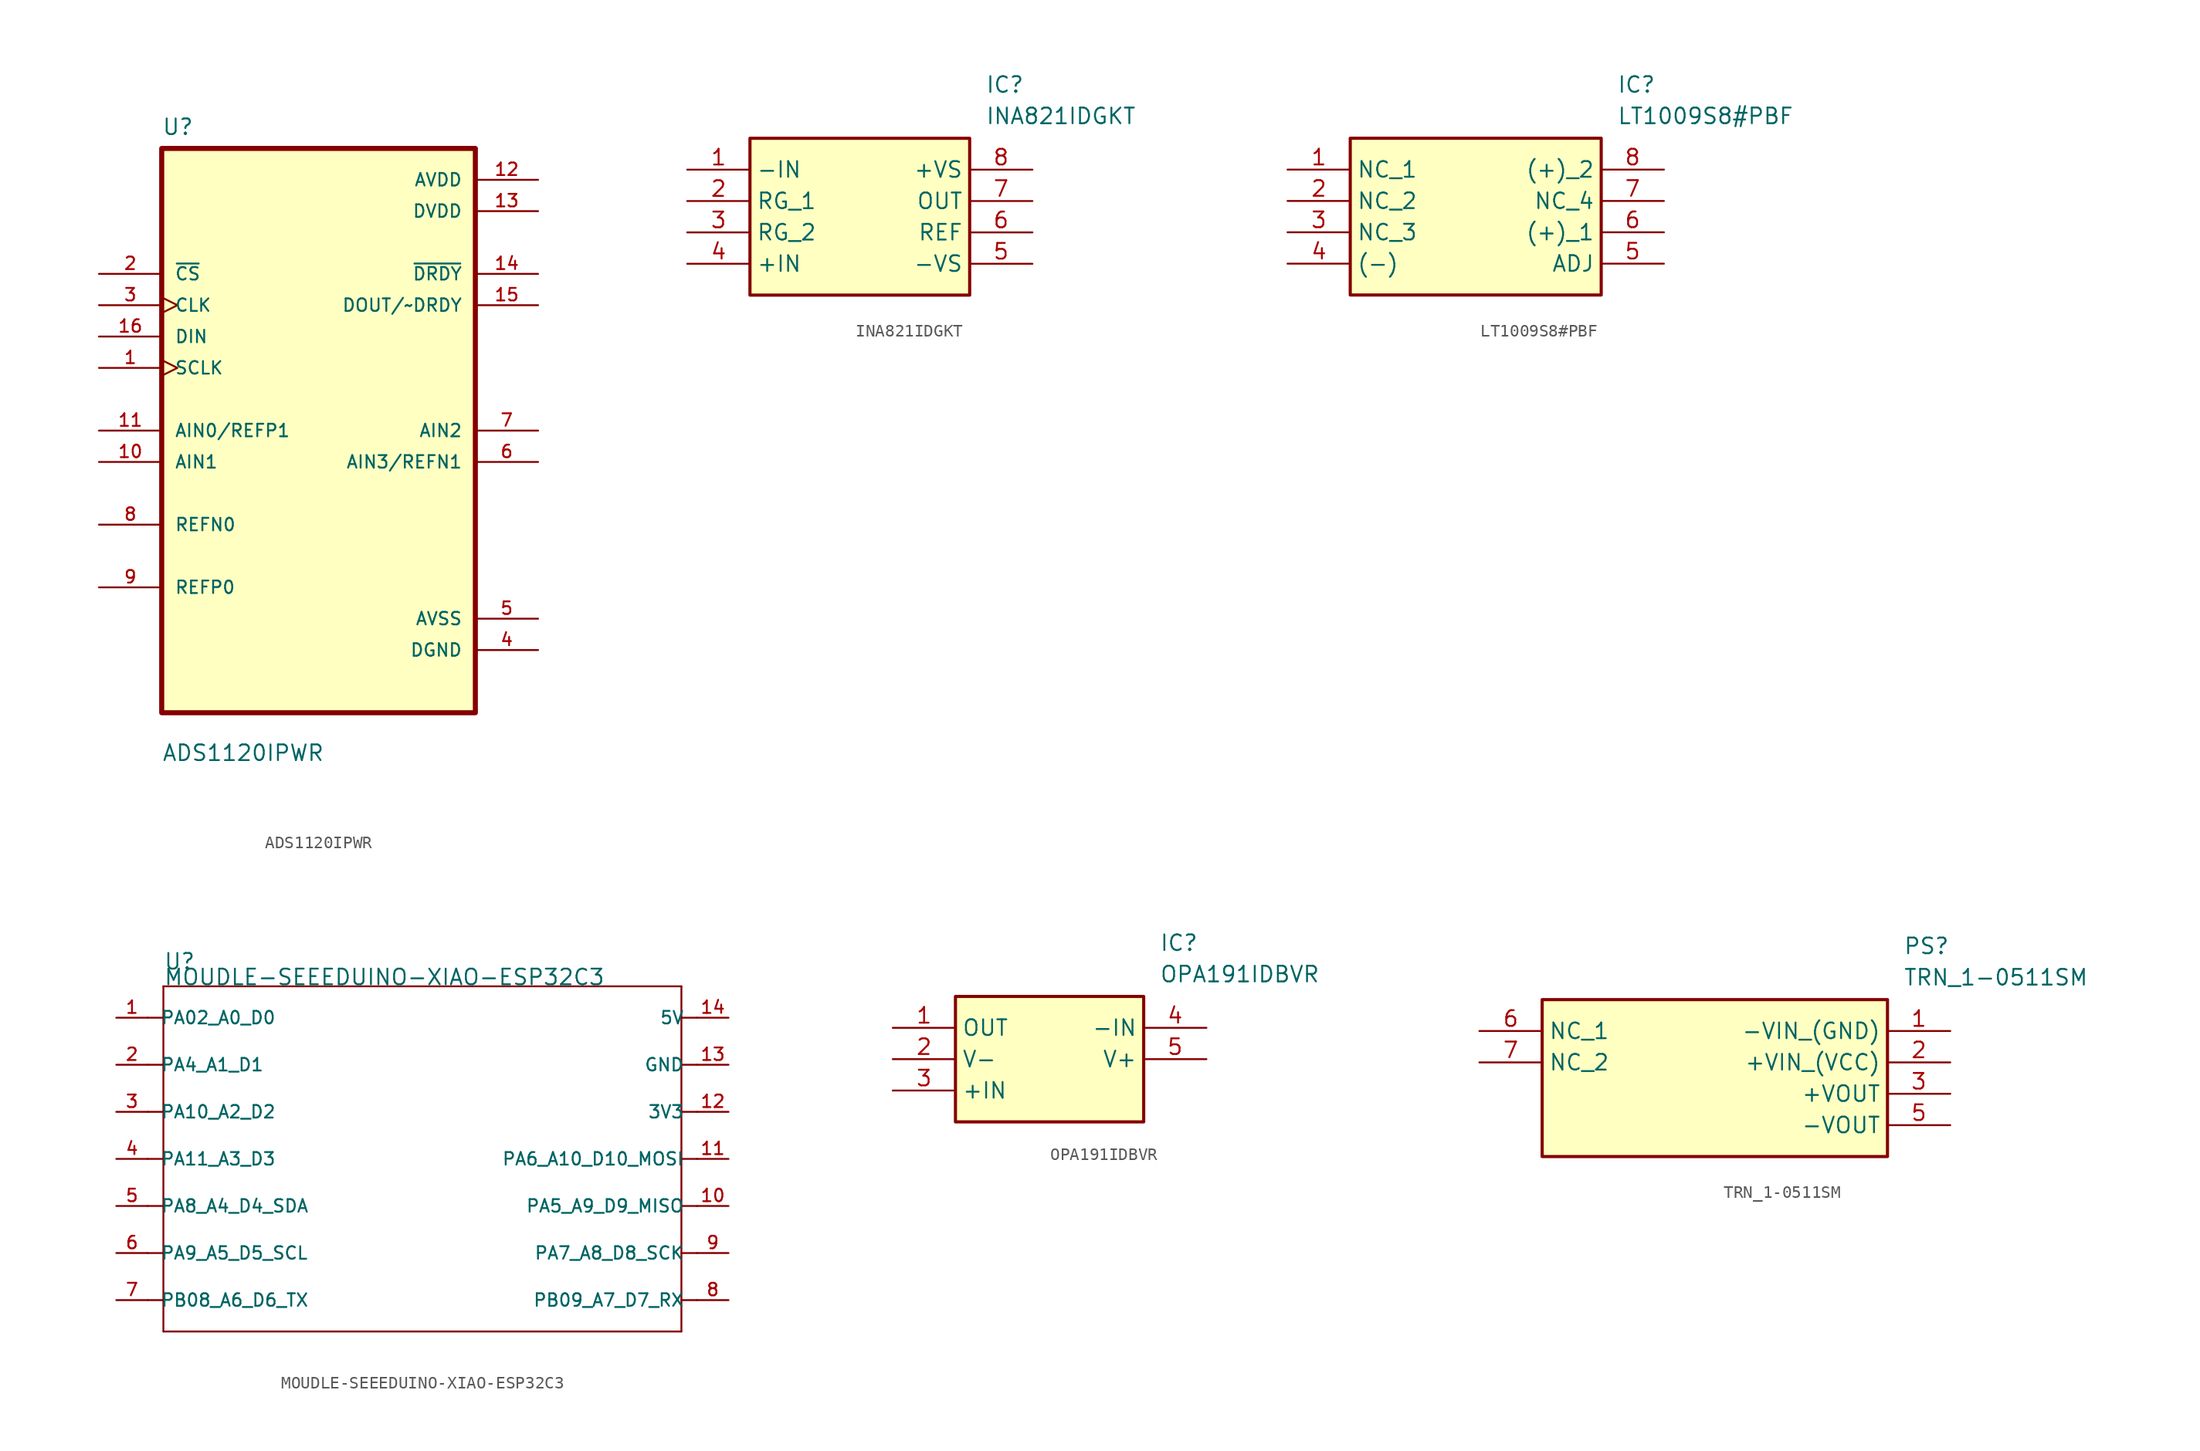
<source format=kicad_sym>
(kicad_symbol_lib
  (version 20220914)
  (generator kicad_symbol_editor)
  (symbol "ADS1120IPWR"
    (pin_names
      (offset 1.016))
    (property "Reference" "U"
      (at -12.7 23.86 0)
      (effects (font (size 1.27 1.27)) (justify left bottom)))
    (property "Value" "ADS1120IPWR"
      (at -12.7 -26.86 0)
      (effects (font (size 1.27 1.27)) (justify left bottom)))
    (symbol "ADS1120IPWR_0_0"
      (rectangle (start -12.7 -22.86) (end 12.7 22.86) (stroke (width 0.41) (type default)) (fill (type background)))
      (pin input clock (at -17.78 5.08 0) (length 5.08) (name "SCLK" (effects (font (size 1.016 1.016)))) (number "1" (effects (font (size 1.016 1.016)))))
      (pin bidirectional line (at -17.78 -2.54 0) (length 5.08) (name "AIN1" (effects (font (size 1.016 1.016)))) (number "10" (effects (font (size 1.016 1.016)))))
      (pin bidirectional line (at -17.78 0 0) (length 5.08) (name "AIN0/REFP1" (effects (font (size 1.016 1.016)))) (number "11" (effects (font (size 1.016 1.016)))))
      (pin power_in line (at 17.78 20.32 180) (length 5.08) (name "AVDD" (effects (font (size 1.016 1.016)))) (number "12" (effects (font (size 1.016 1.016)))))
      (pin power_in line (at 17.78 17.78 180) (length 5.08) (name "DVDD" (effects (font (size 1.016 1.016)))) (number "13" (effects (font (size 1.016 1.016)))))
      (pin output line (at 17.78 12.7 180) (length 5.08) (name "~{DRDY}" (effects (font (size 1.016 1.016)))) (number "14" (effects (font (size 1.016 1.016)))))
      (pin output line (at 17.78 10.16 180) (length 5.08) (name "DOUT/~DRDY" (effects (font (size 1.016 1.016)))) (number "15" (effects (font (size 1.016 1.016)))))
      (pin input line (at -17.78 7.62 0) (length 5.08) (name "DIN" (effects (font (size 1.016 1.016)))) (number "16" (effects (font (size 1.016 1.016)))))
      (pin input line (at -17.78 12.7 0) (length 5.08) (name "~{CS}" (effects (font (size 1.016 1.016)))) (number "2" (effects (font (size 1.016 1.016)))))
      (pin input clock (at -17.78 10.16 0) (length 5.08) (name "CLK" (effects (font (size 1.016 1.016)))) (number "3" (effects (font (size 1.016 1.016)))))
      (pin power_in line (at 17.78 -17.78 180) (length 5.08) (name "DGND" (effects (font (size 1.016 1.016)))) (number "4" (effects (font (size 1.016 1.016)))))
      (pin power_in line (at 17.78 -15.24 180) (length 5.08) (name "AVSS" (effects (font (size 1.016 1.016)))) (number "5" (effects (font (size 1.016 1.016)))))
      (pin bidirectional line (at 17.78 -2.54 180) (length 5.08) (name "AIN3/REFN1" (effects (font (size 1.016 1.016)))) (number "6" (effects (font (size 1.016 1.016)))))
      (pin bidirectional line (at 17.78 0 180) (length 5.08) (name "AIN2" (effects (font (size 1.016 1.016)))) (number "7" (effects (font (size 1.016 1.016)))))
      (pin bidirectional line (at -17.78 -7.62 0) (length 5.08) (name "REFN0" (effects (font (size 1.016 1.016)))) (number "8" (effects (font (size 1.016 1.016)))))
      (pin bidirectional line (at -17.78 -12.7 0) (length 5.08) (name "REFP0" (effects (font (size 1.016 1.016)))) (number "9" (effects (font (size 1.016 1.016)))))))
  (symbol "INA821IDGKT"
    (property "Reference" "IC"
      (at 24.13 7.62 0)
      (effects (font (size 1.27 1.27)) (justify left top)))
    (property "Value" "INA821IDGKT"
      (at 24.13 5.08 0)
      (effects (font (size 1.27 1.27)) (justify left top)))
    (symbol "INA821IDGKT_1_1"
      (rectangle (start 5.08 2.54) (end 22.86 -10.16) (stroke (width 0.254) (type default)) (fill (type background)))
      (pin passive line (at 0 0 0) (length 5.08) (name "-IN" (effects (font (size 1.27 1.27)))) (number "1" (effects (font (size 1.27 1.27)))))
      (pin passive line (at 0 -2.54 0) (length 5.08) (name "RG_1" (effects (font (size 1.27 1.27)))) (number "2" (effects (font (size 1.27 1.27)))))
      (pin passive line (at 0 -5.08 0) (length 5.08) (name "RG_2" (effects (font (size 1.27 1.27)))) (number "3" (effects (font (size 1.27 1.27)))))
      (pin passive line (at 0 -7.62 0) (length 5.08) (name "+IN" (effects (font (size 1.27 1.27)))) (number "4" (effects (font (size 1.27 1.27)))))
      (pin passive line (at 27.94 -7.62 180) (length 5.08) (name "-VS" (effects (font (size 1.27 1.27)))) (number "5" (effects (font (size 1.27 1.27)))))
      (pin passive line (at 27.94 -5.08 180) (length 5.08) (name "REF" (effects (font (size 1.27 1.27)))) (number "6" (effects (font (size 1.27 1.27)))))
      (pin passive line (at 27.94 -2.54 180) (length 5.08) (name "OUT" (effects (font (size 1.27 1.27)))) (number "7" (effects (font (size 1.27 1.27)))))
      (pin passive line (at 27.94 0 180) (length 5.08) (name "+VS" (effects (font (size 1.27 1.27)))) (number "8" (effects (font (size 1.27 1.27)))))))
  (symbol "LT1009S8#PBF"
    (property "Reference" "IC"
      (at 26.67 7.62 0)
      (effects (font (size 1.27 1.27)) (justify left top)))
    (property "Value" "LT1009S8#PBF"
      (at 26.67 5.08 0)
      (effects (font (size 1.27 1.27)) (justify left top)))
    (symbol "LT1009S8#PBF_1_1"
      (rectangle (start 5.08 2.54) (end 25.4 -10.16) (stroke (width 0.254) (type default)) (fill (type background)))
      (pin passive line (at 0 0 0) (length 5.08) (name "NC_1" (effects (font (size 1.27 1.27)))) (number "1" (effects (font (size 1.27 1.27)))))
      (pin passive line (at 0 -2.54 0) (length 5.08) (name "NC_2" (effects (font (size 1.27 1.27)))) (number "2" (effects (font (size 1.27 1.27)))))
      (pin passive line (at 0 -5.08 0) (length 5.08) (name "NC_3" (effects (font (size 1.27 1.27)))) (number "3" (effects (font (size 1.27 1.27)))))
      (pin passive line (at 0 -7.62 0) (length 5.08) (name "(-)" (effects (font (size 1.27 1.27)))) (number "4" (effects (font (size 1.27 1.27)))))
      (pin passive line (at 30.48 -7.62 180) (length 5.08) (name "ADJ" (effects (font (size 1.27 1.27)))) (number "5" (effects (font (size 1.27 1.27)))))
      (pin passive line (at 30.48 -5.08 180) (length 5.08) (name "(+)_1" (effects (font (size 1.27 1.27)))) (number "6" (effects (font (size 1.27 1.27)))))
      (pin passive line (at 30.48 -2.54 180) (length 5.08) (name "NC_4" (effects (font (size 1.27 1.27)))) (number "7" (effects (font (size 1.27 1.27)))))
      (pin passive line (at 30.48 0 180) (length 5.08) (name "(+)_2" (effects (font (size 1.27 1.27)))) (number "8" (effects (font (size 1.27 1.27)))))))
  (symbol "MOUDLE-SEEEDUINO-XIAO-ESP32C3"
    (pin_names
      (offset 1.016))
    (property "Reference" "U"
      (at -21.59 15.24 0)
      (effects (font (size 1.27 1.27)) (justify left bottom)))
    (property "Value" "MOUDLE-SEEEDUINO-XIAO-ESP32C3"
      (at -21.59 13.97 0)
      (effects (font (size 1.27 1.27)) (justify left bottom)))
    (symbol "MOUDLE-SEEEDUINO-XIAO-ESP32C3_0_0"
      (polyline (pts (xy -21.59 -13.97) (xy -21.59 0)) (stroke (width 0.152) (type default)) (fill (type none)))
      (polyline (pts (xy -21.59 -11.43) (xy -22.86 -11.43)) (stroke (width 0.152) (type default)) (fill (type none)))
      (polyline (pts (xy -21.59 -7.62) (xy -22.86 -7.62)) (stroke (width 0.152) (type default)) (fill (type none)))
      (polyline (pts (xy -21.59 -3.81) (xy -22.86 -3.81)) (stroke (width 0.152) (type default)) (fill (type none)))
      (polyline (pts (xy -21.59 0) (xy -22.86 0)) (stroke (width 0.152) (type default)) (fill (type none)))
      (polyline (pts (xy -21.59 0) (xy -21.59 3.81)) (stroke (width 0.152) (type default)) (fill (type none)))
      (polyline (pts (xy -21.59 3.81) (xy -22.86 3.81)) (stroke (width 0.152) (type default)) (fill (type none)))
      (polyline (pts (xy -21.59 3.81) (xy -21.59 7.62)) (stroke (width 0.152) (type default)) (fill (type none)))
      (polyline (pts (xy -21.59 7.62) (xy -22.86 7.62)) (stroke (width 0.152) (type default)) (fill (type none)))
      (polyline (pts (xy -21.59 7.62) (xy -21.59 11.43)) (stroke (width 0.152) (type default)) (fill (type none)))
      (polyline (pts (xy -21.59 11.43) (xy -22.86 11.43)) (stroke (width 0.152) (type default)) (fill (type none)))
      (polyline (pts (xy -21.59 11.43) (xy -21.59 13.97)) (stroke (width 0.152) (type default)) (fill (type none)))
      (polyline (pts (xy -21.59 13.97) (xy 20.32 13.97)) (stroke (width 0.152) (type default)) (fill (type none)))
      (polyline (pts (xy 20.32 -13.97) (xy -21.59 -13.97)) (stroke (width 0.152) (type default)) (fill (type none)))
      (polyline (pts (xy 20.32 3.81) (xy 20.32 -13.97)) (stroke (width 0.152) (type default)) (fill (type none)))
      (polyline (pts (xy 20.32 7.62) (xy 20.32 3.81)) (stroke (width 0.152) (type default)) (fill (type none)))
      (polyline (pts (xy 20.32 11.43) (xy 20.32 7.62)) (stroke (width 0.152) (type default)) (fill (type none)))
      (polyline (pts (xy 20.32 13.97) (xy 20.32 11.43)) (stroke (width 0.152) (type default)) (fill (type none)))
      (polyline (pts (xy 21.59 -11.43) (xy 20.32 -11.43)) (stroke (width 0.152) (type default)) (fill (type none)))
      (polyline (pts (xy 21.59 -7.62) (xy 20.32 -7.62)) (stroke (width 0.152) (type default)) (fill (type none)))
      (polyline (pts (xy 21.59 -3.81) (xy 20.32 -3.81)) (stroke (width 0.152) (type default)) (fill (type none)))
      (polyline (pts (xy 21.59 0) (xy 20.32 0)) (stroke (width 0.152) (type default)) (fill (type none)))
      (polyline (pts (xy 21.59 3.81) (xy 20.32 3.81)) (stroke (width 0.152) (type default)) (fill (type none)))
      (polyline (pts (xy 21.59 7.62) (xy 20.32 7.62)) (stroke (width 0.152) (type default)) (fill (type none)))
      (polyline (pts (xy 21.59 11.43) (xy 20.32 11.43)) (stroke (width 0.152) (type default)) (fill (type none)))
      (pin bidirectional line (at -25.4 11.43 0) (length 2.54) (name "PA02_A0_D0" (effects (font (size 1.016 1.016)))) (number "1" (effects (font (size 1.016 1.016)))))
      (pin bidirectional line (at 24.13 -3.81 180) (length 2.54) (name "PA5_A9_D9_MISO" (effects (font (size 1.016 1.016)))) (number "10" (effects (font (size 1.016 1.016)))))
      (pin bidirectional line (at 24.13 0 180) (length 2.54) (name "PA6_A10_D10_MOSI" (effects (font (size 1.016 1.016)))) (number "11" (effects (font (size 1.016 1.016)))))
      (pin bidirectional line (at 24.13 3.81 180) (length 2.54) (name "3V3" (effects (font (size 1.016 1.016)))) (number "12" (effects (font (size 1.016 1.016)))))
      (pin bidirectional line (at 24.13 7.62 180) (length 2.54) (name "GND" (effects (font (size 1.016 1.016)))) (number "13" (effects (font (size 1.016 1.016)))))
      (pin bidirectional line (at 24.13 11.43 180) (length 2.54) (name "5V" (effects (font (size 1.016 1.016)))) (number "14" (effects (font (size 1.016 1.016)))))
      (pin bidirectional line (at -25.4 7.62 0) (length 2.54) (name "PA4_A1_D1" (effects (font (size 1.016 1.016)))) (number "2" (effects (font (size 1.016 1.016)))))
      (pin bidirectional line (at -25.4 3.81 0) (length 2.54) (name "PA10_A2_D2" (effects (font (size 1.016 1.016)))) (number "3" (effects (font (size 1.016 1.016)))))
      (pin bidirectional line (at -25.4 0 0) (length 2.54) (name "PA11_A3_D3" (effects (font (size 1.016 1.016)))) (number "4" (effects (font (size 1.016 1.016)))))
      (pin bidirectional line (at -25.4 -3.81 0) (length 2.54) (name "PA8_A4_D4_SDA" (effects (font (size 1.016 1.016)))) (number "5" (effects (font (size 1.016 1.016)))))
      (pin bidirectional line (at -25.4 -7.62 0) (length 2.54) (name "PA9_A5_D5_SCL" (effects (font (size 1.016 1.016)))) (number "6" (effects (font (size 1.016 1.016)))))
      (pin bidirectional line (at -25.4 -11.43 0) (length 2.54) (name "PB08_A6_D6_TX" (effects (font (size 1.016 1.016)))) (number "7" (effects (font (size 1.016 1.016)))))
      (pin bidirectional line (at 24.13 -11.43 180) (length 2.54) (name "PB09_A7_D7_RX" (effects (font (size 1.016 1.016)))) (number "8" (effects (font (size 1.016 1.016)))))
      (pin bidirectional line (at 24.13 -7.62 180) (length 2.54) (name "PA7_A8_D8_SCK" (effects (font (size 1.016 1.016)))) (number "9" (effects (font (size 1.016 1.016)))))))
  (symbol "OPA191IDBVR"
    (property "Reference" "IC"
      (at 21.59 7.62 0)
      (effects (font (size 1.27 1.27)) (justify left top)))
    (property "Value" "OPA191IDBVR"
      (at 21.59 5.08 0)
      (effects (font (size 1.27 1.27)) (justify left top)))
    (symbol "OPA191IDBVR_1_1"
      (rectangle (start 5.08 2.54) (end 20.32 -7.62) (stroke (width 0.254) (type default)) (fill (type background)))
      (pin passive line (at 0 0 0) (length 5.08) (name "OUT" (effects (font (size 1.27 1.27)))) (number "1" (effects (font (size 1.27 1.27)))))
      (pin passive line (at 0 -2.54 0) (length 5.08) (name "V-" (effects (font (size 1.27 1.27)))) (number "2" (effects (font (size 1.27 1.27)))))
      (pin passive line (at 0 -5.08 0) (length 5.08) (name "+IN" (effects (font (size 1.27 1.27)))) (number "3" (effects (font (size 1.27 1.27)))))
      (pin passive line (at 25.4 0 180) (length 5.08) (name "-IN" (effects (font (size 1.27 1.27)))) (number "4" (effects (font (size 1.27 1.27)))))
      (pin passive line (at 25.4 -2.54 180) (length 5.08) (name "V+" (effects (font (size 1.27 1.27)))) (number "5" (effects (font (size 1.27 1.27)))))))
  (symbol "TRN_1-0511SM"
    (property "Reference" "PS"
      (at 34.29 7.62 0)
      (effects (font (size 1.27 1.27)) (justify left top)))
    (property "Value" "TRN_1-0511SM"
      (at 34.29 5.08 0)
      (effects (font (size 1.27 1.27)) (justify left top)))
    (symbol "TRN_1-0511SM_1_1"
      (rectangle (start 5.08 2.54) (end 33.02 -10.16) (stroke (width 0.254) (type default)) (fill (type background)))
      (pin passive line (at 38.1 0 180) (length 5.08) (name "-VIN_(GND)" (effects (font (size 1.27 1.27)))) (number "1" (effects (font (size 1.27 1.27)))))
      (pin passive line (at 38.1 -2.54 180) (length 5.08) (name "+VIN_(VCC)" (effects (font (size 1.27 1.27)))) (number "2" (effects (font (size 1.27 1.27)))))
      (pin passive line (at 38.1 -5.08 180) (length 5.08) (name "+VOUT" (effects (font (size 1.27 1.27)))) (number "3" (effects (font (size 1.27 1.27)))))
      (pin passive line (at 38.1 -7.62 180) (length 5.08) (name "-VOUT" (effects (font (size 1.27 1.27)))) (number "5" (effects (font (size 1.27 1.27)))))
      (pin passive line (at 0 0 0) (length 5.08) (name "NC_1" (effects (font (size 1.27 1.27)))) (number "6" (effects (font (size 1.27 1.27)))))
      (pin passive line (at 0 -2.54 0) (length 5.08) (name "NC_2" (effects (font (size 1.27 1.27)))) (number "7" (effects (font (size 1.27 1.27))))))))
</source>
